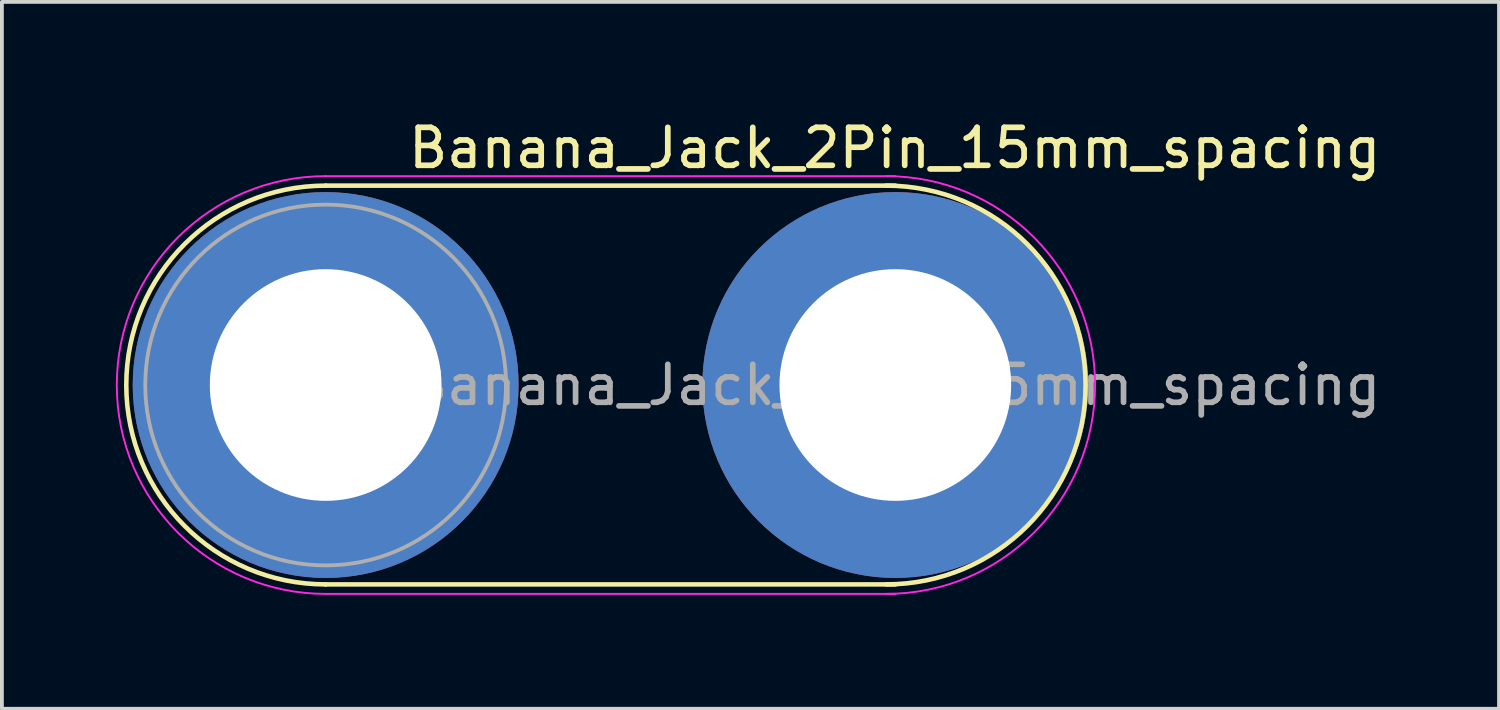
<source format=kicad_pcb>
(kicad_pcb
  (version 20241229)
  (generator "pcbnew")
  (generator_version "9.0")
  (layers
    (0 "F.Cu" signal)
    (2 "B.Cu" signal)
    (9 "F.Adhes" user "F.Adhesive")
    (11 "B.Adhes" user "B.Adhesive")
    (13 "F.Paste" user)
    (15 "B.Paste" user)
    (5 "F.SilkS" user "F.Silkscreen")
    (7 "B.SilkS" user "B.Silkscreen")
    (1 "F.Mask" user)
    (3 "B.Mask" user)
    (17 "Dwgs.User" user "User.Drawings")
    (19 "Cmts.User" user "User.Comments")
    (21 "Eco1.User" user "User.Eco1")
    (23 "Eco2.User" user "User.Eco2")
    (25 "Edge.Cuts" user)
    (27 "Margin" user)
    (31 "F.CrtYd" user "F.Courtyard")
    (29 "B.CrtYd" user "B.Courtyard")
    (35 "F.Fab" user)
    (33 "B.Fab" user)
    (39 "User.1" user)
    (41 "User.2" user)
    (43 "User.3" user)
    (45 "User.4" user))
  (footprint "Banana_Jack_2Pin_15mm_spacing"
    (layer "F.Cu")
    (at 5.525 7.088)
    (property "Reference" "Banana_Jack_2Pin_15mm_spacing" (at 14.985 -6.24 0) (layer "F.SilkS") (effects (font (size 1 1) (thickness 0.15))))
    (attr through_hole)
    (fp_line (start 0 5.25) (end 15 5.25) (stroke (width 0.12) (type solid)) (layer "F.SilkS"))
    (fp_line (start 15 -5.25) (end 0 -5.25) (stroke (width 0.12) (type solid)) (layer "F.SilkS"))
    (fp_arc (start 0 5.25) (mid -5.25 0) (end 0 -5.25) (stroke (width 0.12) (type solid)) (layer "F.SilkS"))
    (fp_arc (start 14.76 -5.25) (mid 20.01 0) (end 14.76 5.25) (stroke (width 0.12) (type solid)) (layer "F.SilkS"))
    (fp_line (start 0 5.5) (end 15 5.5) (stroke (width 0.05) (type solid)) (layer "F.CrtYd"))
    (fp_line (start 15 -5.5) (end 0 -5.5) (stroke (width 0.05) (type solid)) (layer "F.CrtYd"))
    (fp_arc (start 0 5.5) (mid -5.5 0) (end 0 -5.5) (stroke (width 0.05) (type solid)) (layer "F.CrtYd"))
    (fp_arc (start 14.76 -5.5) (mid 20.26 0) (end 14.76 5.5) (stroke (width 0.05) (type solid)) (layer "F.CrtYd"))
    (fp_circle (center 0 0) (end 2 0) (stroke (width 0.1) (type solid)) (fill no) (layer "F.Fab"))
    (fp_circle (center 0 0) (end 4.75 0) (stroke (width 0.1) (type solid)) (fill no) (layer "F.Fab"))
    (fp_text user "${REFERENCE}" (at 14.985 0 0) (layer "F.Fab") (effects (font (size 1 1) (thickness 0.15))))
    (pad "1" thru_hole circle (at 0 0) (size 10.16 10.16) (drill 6.1) (layers "*.Cu" "*.Mask"))
    (pad "2" thru_hole circle (at 15 0) (size 10.16 10.16) (drill 6.1) (layers "*.Cu" "*.Mask")))
  (gr_rect
    (start -3 -3)
    (end 36.421 15.613)
    (stroke (width 0.1) (type default))
    (fill no)
    (layer "Edge.Cuts")))
</source>
